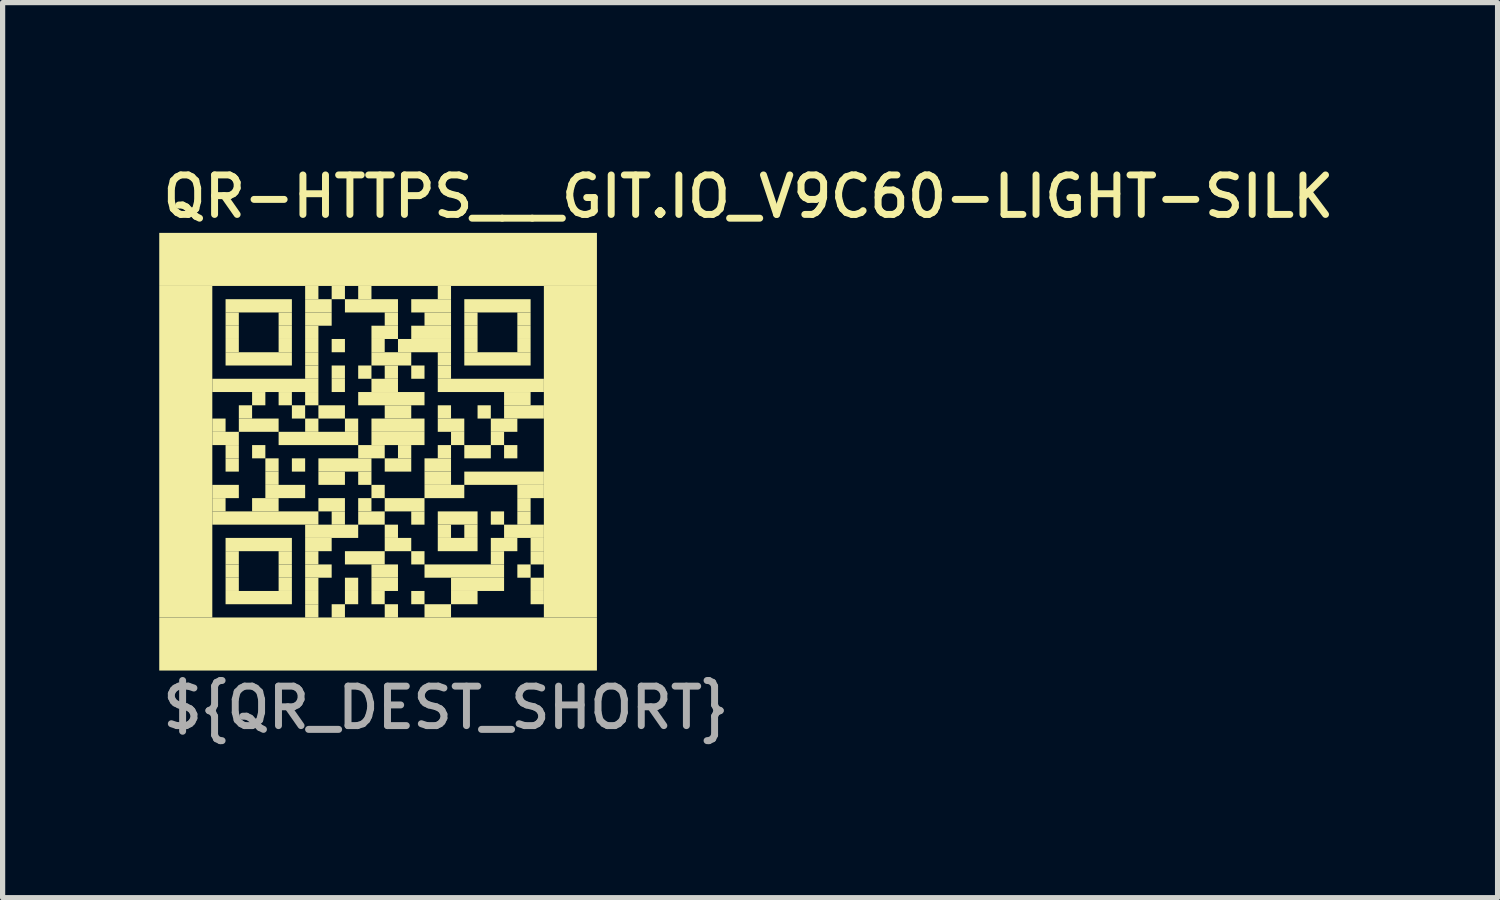
<source format=kicad_pcb>
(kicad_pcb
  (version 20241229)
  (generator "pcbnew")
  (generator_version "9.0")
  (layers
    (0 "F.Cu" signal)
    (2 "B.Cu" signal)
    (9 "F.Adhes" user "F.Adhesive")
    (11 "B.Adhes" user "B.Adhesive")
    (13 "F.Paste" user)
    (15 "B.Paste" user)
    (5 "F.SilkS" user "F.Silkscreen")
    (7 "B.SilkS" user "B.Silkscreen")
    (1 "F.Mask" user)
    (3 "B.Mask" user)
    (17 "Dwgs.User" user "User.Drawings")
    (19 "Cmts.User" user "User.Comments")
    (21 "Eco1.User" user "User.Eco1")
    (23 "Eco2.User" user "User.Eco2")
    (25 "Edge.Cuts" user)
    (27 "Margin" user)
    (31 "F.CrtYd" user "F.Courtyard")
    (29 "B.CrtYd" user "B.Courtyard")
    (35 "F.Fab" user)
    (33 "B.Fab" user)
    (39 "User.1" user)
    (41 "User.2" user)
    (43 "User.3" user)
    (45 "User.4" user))
  (footprint "QR-HTTPS___GIT.IO_V9C60-LIGHT-SILK"
    (layer "F.Cu")
    (at 4.191 5.601)
    (property "Reference" "QR-HTTPS___GIT.IO_V9C60-LIGHT-SILK" (at -4.191 -4.445 0) (unlocked yes) (layer "F.SilkS") (effects (font (size 0.756 0.756) (thickness 0.133)) (justify left bottom)))
    (fp_poly (pts (xy -4.191 -3.175) (xy 4.191 -3.175) (xy 4.191 -4.191) (xy -4.191 -4.191)) (stroke (width 0) (type default)) (fill yes) (layer "F.SilkS"))
    (fp_poly (pts (xy -4.191 3.175) (xy -3.175 3.175) (xy -3.175 -3.175) (xy -4.191 -3.175)) (stroke (width 0) (type default)) (fill yes) (layer "F.SilkS"))
    (fp_poly (pts (xy -4.191 4.191) (xy 4.191 4.191) (xy 4.191 3.175) (xy -4.191 3.175)) (stroke (width 0) (type default)) (fill yes) (layer "F.SilkS"))
    (fp_poly (pts (xy -3.175 -1.143) (xy -1.143 -1.143) (xy -1.143 -1.397) (xy -3.175 -1.397)) (stroke (width 0) (type default)) (fill yes) (layer "F.SilkS"))
    (fp_poly (pts (xy -3.175 -0.381) (xy -2.921 -0.381) (xy -2.921 -0.635) (xy -3.175 -0.635)) (stroke (width 0) (type default)) (fill yes) (layer "F.SilkS"))
    (fp_poly (pts (xy -3.175 -0.127) (xy -2.667 -0.127) (xy -2.667 -0.381) (xy -3.175 -0.381)) (stroke (width 0) (type default)) (fill yes) (layer "F.SilkS"))
    (fp_poly (pts (xy -3.175 0.889) (xy -2.667 0.889) (xy -2.667 0.635) (xy -3.175 0.635)) (stroke (width 0) (type default)) (fill yes) (layer "F.SilkS"))
    (fp_poly (pts (xy -3.175 1.143) (xy -2.921 1.143) (xy -2.921 0.889) (xy -3.175 0.889)) (stroke (width 0) (type default)) (fill yes) (layer "F.SilkS"))
    (fp_poly (pts (xy -3.175 1.397) (xy -1.143 1.397) (xy -1.143 1.143) (xy -3.175 1.143)) (stroke (width 0) (type default)) (fill yes) (layer "F.SilkS"))
    (fp_poly (pts (xy -2.921 -2.667) (xy -1.651 -2.667) (xy -1.651 -2.921) (xy -2.921 -2.921)) (stroke (width 0) (type default)) (fill yes) (layer "F.SilkS"))
    (fp_poly (pts (xy -2.921 -2.413) (xy -2.667 -2.413) (xy -2.667 -2.667) (xy -2.921 -2.667)) (stroke (width 0) (type default)) (fill yes) (layer "F.SilkS"))
    (fp_poly (pts (xy -2.921 -2.159) (xy -2.667 -2.159) (xy -2.667 -2.413) (xy -2.921 -2.413)) (stroke (width 0) (type default)) (fill yes) (layer "F.SilkS"))
    (fp_poly (pts (xy -2.921 -1.905) (xy -2.667 -1.905) (xy -2.667 -2.159) (xy -2.921 -2.159)) (stroke (width 0) (type default)) (fill yes) (layer "F.SilkS"))
    (fp_poly (pts (xy -2.921 -1.651) (xy -1.651 -1.651) (xy -1.651 -1.905) (xy -2.921 -1.905)) (stroke (width 0) (type default)) (fill yes) (layer "F.SilkS"))
    (fp_poly (pts (xy -2.921 0.127) (xy -2.667 0.127) (xy -2.667 -0.127) (xy -2.921 -0.127)) (stroke (width 0) (type default)) (fill yes) (layer "F.SilkS"))
    (fp_poly (pts (xy -2.921 0.381) (xy -2.667 0.381) (xy -2.667 0.127) (xy -2.921 0.127)) (stroke (width 0) (type default)) (fill yes) (layer "F.SilkS"))
    (fp_poly (pts (xy -2.921 1.905) (xy -1.651 1.905) (xy -1.651 1.651) (xy -2.921 1.651)) (stroke (width 0) (type default)) (fill yes) (layer "F.SilkS"))
    (fp_poly (pts (xy -2.921 2.159) (xy -2.667 2.159) (xy -2.667 1.905) (xy -2.921 1.905)) (stroke (width 0) (type default)) (fill yes) (layer "F.SilkS"))
    (fp_poly (pts (xy -2.921 2.413) (xy -2.667 2.413) (xy -2.667 2.159) (xy -2.921 2.159)) (stroke (width 0) (type default)) (fill yes) (layer "F.SilkS"))
    (fp_poly (pts (xy -2.921 2.667) (xy -2.667 2.667) (xy -2.667 2.413) (xy -2.921 2.413)) (stroke (width 0) (type default)) (fill yes) (layer "F.SilkS"))
    (fp_poly (pts (xy -2.921 2.921) (xy -1.651 2.921) (xy -1.651 2.667) (xy -2.921 2.667)) (stroke (width 0) (type default)) (fill yes) (layer "F.SilkS"))
    (fp_poly (pts (xy -2.667 -0.635) (xy -2.413 -0.635) (xy -2.413 -0.889) (xy -2.667 -0.889)) (stroke (width 0) (type default)) (fill yes) (layer "F.SilkS"))
    (fp_poly (pts (xy -2.667 -0.381) (xy -1.905 -0.381) (xy -1.905 -0.635) (xy -2.667 -0.635)) (stroke (width 0) (type default)) (fill yes) (layer "F.SilkS"))
    (fp_poly (pts (xy -2.413 -0.889) (xy -2.159 -0.889) (xy -2.159 -1.143) (xy -2.413 -1.143)) (stroke (width 0) (type default)) (fill yes) (layer "F.SilkS"))
    (fp_poly (pts (xy -2.413 0.127) (xy -2.159 0.127) (xy -2.159 -0.127) (xy -2.413 -0.127)) (stroke (width 0) (type default)) (fill yes) (layer "F.SilkS"))
    (fp_poly (pts (xy -2.413 1.143) (xy -1.905 1.143) (xy -1.905 0.889) (xy -2.413 0.889)) (stroke (width 0) (type default)) (fill yes) (layer "F.SilkS"))
    (fp_poly (pts (xy -2.159 0.381) (xy -1.905 0.381) (xy -1.905 0.127) (xy -2.159 0.127)) (stroke (width 0) (type default)) (fill yes) (layer "F.SilkS"))
    (fp_poly (pts (xy -2.159 0.635) (xy -1.905 0.635) (xy -1.905 0.381) (xy -2.159 0.381)) (stroke (width 0) (type default)) (fill yes) (layer "F.SilkS"))
    (fp_poly (pts (xy -2.159 0.889) (xy -1.397 0.889) (xy -1.397 0.635) (xy -2.159 0.635)) (stroke (width 0) (type default)) (fill yes) (layer "F.SilkS"))
    (fp_poly (pts (xy -1.905 -2.413) (xy -1.651 -2.413) (xy -1.651 -2.667) (xy -1.905 -2.667)) (stroke (width 0) (type default)) (fill yes) (layer "F.SilkS"))
    (fp_poly (pts (xy -1.905 -2.159) (xy -1.651 -2.159) (xy -1.651 -2.413) (xy -1.905 -2.413)) (stroke (width 0) (type default)) (fill yes) (layer "F.SilkS"))
    (fp_poly (pts (xy -1.905 -1.905) (xy -1.651 -1.905) (xy -1.651 -2.159) (xy -1.905 -2.159)) (stroke (width 0) (type default)) (fill yes) (layer "F.SilkS"))
    (fp_poly (pts (xy -1.905 -0.889) (xy -1.651 -0.889) (xy -1.651 -1.143) (xy -1.905 -1.143)) (stroke (width 0) (type default)) (fill yes) (layer "F.SilkS"))
    (fp_poly (pts (xy -1.905 -0.127) (xy -0.381 -0.127) (xy -0.381 -0.381) (xy -1.905 -0.381)) (stroke (width 0) (type default)) (fill yes) (layer "F.SilkS"))
    (fp_poly (pts (xy -1.905 2.159) (xy -1.651 2.159) (xy -1.651 1.905) (xy -1.905 1.905)) (stroke (width 0) (type default)) (fill yes) (layer "F.SilkS"))
    (fp_poly (pts (xy -1.905 2.413) (xy -1.651 2.413) (xy -1.651 2.159) (xy -1.905 2.159)) (stroke (width 0) (type default)) (fill yes) (layer "F.SilkS"))
    (fp_poly (pts (xy -1.905 2.667) (xy -1.651 2.667) (xy -1.651 2.413) (xy -1.905 2.413)) (stroke (width 0) (type default)) (fill yes) (layer "F.SilkS"))
    (fp_poly (pts (xy -1.651 -0.635) (xy -1.397 -0.635) (xy -1.397 -0.889) (xy -1.651 -0.889)) (stroke (width 0) (type default)) (fill yes) (layer "F.SilkS"))
    (fp_poly (pts (xy -1.651 0.381) (xy -1.397 0.381) (xy -1.397 0.127) (xy -1.651 0.127)) (stroke (width 0) (type default)) (fill yes) (layer "F.SilkS"))
    (fp_poly (pts (xy -1.397 -2.921) (xy -1.143 -2.921) (xy -1.143 -3.175) (xy -1.397 -3.175)) (stroke (width 0) (type default)) (fill yes) (layer "F.SilkS"))
    (fp_poly (pts (xy -1.397 -2.667) (xy -0.889 -2.667) (xy -0.889 -2.921) (xy -1.397 -2.921)) (stroke (width 0) (type default)) (fill yes) (layer "F.SilkS"))
    (fp_poly (pts (xy -1.397 -2.413) (xy -0.889 -2.413) (xy -0.889 -2.667) (xy -1.397 -2.667)) (stroke (width 0) (type default)) (fill yes) (layer "F.SilkS"))
    (fp_poly (pts (xy -1.397 -2.159) (xy -1.143 -2.159) (xy -1.143 -2.413) (xy -1.397 -2.413)) (stroke (width 0) (type default)) (fill yes) (layer "F.SilkS"))
    (fp_poly (pts (xy -1.397 -1.905) (xy -1.143 -1.905) (xy -1.143 -2.159) (xy -1.397 -2.159)) (stroke (width 0) (type default)) (fill yes) (layer "F.SilkS"))
    (fp_poly (pts (xy -1.397 -1.651) (xy -1.143 -1.651) (xy -1.143 -1.905) (xy -1.397 -1.905)) (stroke (width 0) (type default)) (fill yes) (layer "F.SilkS"))
    (fp_poly (pts (xy -1.397 -1.397) (xy -1.143 -1.397) (xy -1.143 -1.651) (xy -1.397 -1.651)) (stroke (width 0) (type default)) (fill yes) (layer "F.SilkS"))
    (fp_poly (pts (xy -1.397 -0.889) (xy -1.143 -0.889) (xy -1.143 -1.143) (xy -1.397 -1.143)) (stroke (width 0) (type default)) (fill yes) (layer "F.SilkS"))
    (fp_poly (pts (xy -1.397 -0.381) (xy -1.143 -0.381) (xy -1.143 -0.635) (xy -1.397 -0.635)) (stroke (width 0) (type default)) (fill yes) (layer "F.SilkS"))
    (fp_poly (pts (xy -1.397 1.651) (xy -0.381 1.651) (xy -0.381 1.397) (xy -1.397 1.397)) (stroke (width 0) (type default)) (fill yes) (layer "F.SilkS"))
    (fp_poly (pts (xy -1.397 1.905) (xy -0.889 1.905) (xy -0.889 1.651) (xy -1.397 1.651)) (stroke (width 0) (type default)) (fill yes) (layer "F.SilkS"))
    (fp_poly (pts (xy -1.397 2.159) (xy -1.143 2.159) (xy -1.143 1.905) (xy -1.397 1.905)) (stroke (width 0) (type default)) (fill yes) (layer "F.SilkS"))
    (fp_poly (pts (xy -1.397 2.413) (xy -0.889 2.413) (xy -0.889 2.159) (xy -1.397 2.159)) (stroke (width 0) (type default)) (fill yes) (layer "F.SilkS"))
    (fp_poly (pts (xy -1.397 2.667) (xy -1.143 2.667) (xy -1.143 2.413) (xy -1.397 2.413)) (stroke (width 0) (type default)) (fill yes) (layer "F.SilkS"))
    (fp_poly (pts (xy -1.397 2.921) (xy -1.143 2.921) (xy -1.143 2.667) (xy -1.397 2.667)) (stroke (width 0) (type default)) (fill yes) (layer "F.SilkS"))
    (fp_poly (pts (xy -1.397 3.175) (xy -1.143 3.175) (xy -1.143 2.921) (xy -1.397 2.921)) (stroke (width 0) (type default)) (fill yes) (layer "F.SilkS"))
    (fp_poly (pts (xy -1.143 -0.635) (xy -0.635 -0.635) (xy -0.635 -0.889) (xy -1.143 -0.889)) (stroke (width 0) (type default)) (fill yes) (layer "F.SilkS"))
    (fp_poly (pts (xy -1.143 0.381) (xy -0.127 0.381) (xy -0.127 0.127) (xy -1.143 0.127)) (stroke (width 0) (type default)) (fill yes) (layer "F.SilkS"))
    (fp_poly (pts (xy -1.143 0.635) (xy -0.635 0.635) (xy -0.635 0.381) (xy -1.143 0.381)) (stroke (width 0) (type default)) (fill yes) (layer "F.SilkS"))
    (fp_poly (pts (xy -1.143 1.143) (xy -0.635 1.143) (xy -0.635 0.889) (xy -1.143 0.889)) (stroke (width 0) (type default)) (fill yes) (layer "F.SilkS"))
    (fp_poly (pts (xy -0.889 -2.921) (xy -0.635 -2.921) (xy -0.635 -3.175) (xy -0.889 -3.175)) (stroke (width 0) (type default)) (fill yes) (layer "F.SilkS"))
    (fp_poly (pts (xy -0.889 -1.905) (xy -0.635 -1.905) (xy -0.635 -2.159) (xy -0.889 -2.159)) (stroke (width 0) (type default)) (fill yes) (layer "F.SilkS"))
    (fp_poly (pts (xy -0.889 -1.397) (xy -0.635 -1.397) (xy -0.635 -1.651) (xy -0.889 -1.651)) (stroke (width 0) (type default)) (fill yes) (layer "F.SilkS"))
    (fp_poly (pts (xy -0.889 -1.143) (xy -0.635 -1.143) (xy -0.635 -1.397) (xy -0.889 -1.397)) (stroke (width 0) (type default)) (fill yes) (layer "F.SilkS"))
    (fp_poly (pts (xy -0.889 1.397) (xy -0.635 1.397) (xy -0.635 1.143) (xy -0.889 1.143)) (stroke (width 0) (type default)) (fill yes) (layer "F.SilkS"))
    (fp_poly (pts (xy -0.889 3.175) (xy -0.635 3.175) (xy -0.635 2.921) (xy -0.889 2.921)) (stroke (width 0) (type default)) (fill yes) (layer "F.SilkS"))
    (fp_poly (pts (xy -0.635 -2.667) (xy 0.381 -2.667) (xy 0.381 -2.921) (xy -0.635 -2.921)) (stroke (width 0) (type default)) (fill yes) (layer "F.SilkS"))
    (fp_poly (pts (xy -0.635 -0.381) (xy -0.381 -0.381) (xy -0.381 -0.635) (xy -0.635 -0.635)) (stroke (width 0) (type default)) (fill yes) (layer "F.SilkS"))
    (fp_poly (pts (xy -0.635 2.159) (xy 0.127 2.159) (xy 0.127 1.905) (xy -0.635 1.905)) (stroke (width 0) (type default)) (fill yes) (layer "F.SilkS"))
    (fp_poly (pts (xy -0.635 2.667) (xy -0.381 2.667) (xy -0.381 2.413) (xy -0.635 2.413)) (stroke (width 0) (type default)) (fill yes) (layer "F.SilkS"))
    (fp_poly (pts (xy -0.635 2.921) (xy -0.381 2.921) (xy -0.381 2.667) (xy -0.635 2.667)) (stroke (width 0) (type default)) (fill yes) (layer "F.SilkS"))
    (fp_poly (pts (xy -0.381 -2.921) (xy -0.127 -2.921) (xy -0.127 -3.175) (xy -0.381 -3.175)) (stroke (width 0) (type default)) (fill yes) (layer "F.SilkS"))
    (fp_poly (pts (xy -0.381 -1.397) (xy -0.127 -1.397) (xy -0.127 -1.651) (xy -0.381 -1.651)) (stroke (width 0) (type default)) (fill yes) (layer "F.SilkS"))
    (fp_poly (pts (xy -0.381 -0.889) (xy 0.889 -0.889) (xy 0.889 -1.143) (xy -0.381 -1.143)) (stroke (width 0) (type default)) (fill yes) (layer "F.SilkS"))
    (fp_poly (pts (xy -0.381 0.127) (xy 0.127 0.127) (xy 0.127 -0.127) (xy -0.381 -0.127)) (stroke (width 0) (type default)) (fill yes) (layer "F.SilkS"))
    (fp_poly (pts (xy -0.381 0.635) (xy -0.127 0.635) (xy -0.127 0.381) (xy -0.381 0.381)) (stroke (width 0) (type default)) (fill yes) (layer "F.SilkS"))
    (fp_poly (pts (xy -0.381 1.143) (xy -0.127 1.143) (xy -0.127 0.889) (xy -0.381 0.889)) (stroke (width 0) (type default)) (fill yes) (layer "F.SilkS"))
    (fp_poly (pts (xy -0.381 1.397) (xy 0.127 1.397) (xy 0.127 1.143) (xy -0.381 1.143)) (stroke (width 0) (type default)) (fill yes) (layer "F.SilkS"))
    (fp_poly (pts (xy -0.127 -2.159) (xy 0.381 -2.159) (xy 0.381 -2.413) (xy -0.127 -2.413)) (stroke (width 0) (type default)) (fill yes) (layer "F.SilkS"))
    (fp_poly (pts (xy -0.127 -1.905) (xy 0.127 -1.905) (xy 0.127 -2.159) (xy -0.127 -2.159)) (stroke (width 0) (type default)) (fill yes) (layer "F.SilkS"))
    (fp_poly (pts (xy -0.127 -1.651) (xy 0.635 -1.651) (xy 0.635 -1.905) (xy -0.127 -1.905)) (stroke (width 0) (type default)) (fill yes) (layer "F.SilkS"))
    (fp_poly (pts (xy -0.127 -1.143) (xy 0.381 -1.143) (xy 0.381 -1.397) (xy -0.127 -1.397)) (stroke (width 0) (type default)) (fill yes) (layer "F.SilkS"))
    (fp_poly (pts (xy -0.127 -0.381) (xy 0.889 -0.381) (xy 0.889 -0.635) (xy -0.127 -0.635)) (stroke (width 0) (type default)) (fill yes) (layer "F.SilkS"))
    (fp_poly (pts (xy -0.127 -0.127) (xy 0.889 -0.127) (xy 0.889 -0.381) (xy -0.127 -0.381)) (stroke (width 0) (type default)) (fill yes) (layer "F.SilkS"))
    (fp_poly (pts (xy -0.127 0.889) (xy 0.127 0.889) (xy 0.127 0.635) (xy -0.127 0.635)) (stroke (width 0) (type default)) (fill yes) (layer "F.SilkS"))
    (fp_poly (pts (xy -0.127 2.413) (xy 0.381 2.413) (xy 0.381 2.159) (xy -0.127 2.159)) (stroke (width 0) (type default)) (fill yes) (layer "F.SilkS"))
    (fp_poly (pts (xy -0.127 2.667) (xy 0.381 2.667) (xy 0.381 2.413) (xy -0.127 2.413)) (stroke (width 0) (type default)) (fill yes) (layer "F.SilkS"))
    (fp_poly (pts (xy -0.127 2.921) (xy 0.127 2.921) (xy 0.127 2.667) (xy -0.127 2.667)) (stroke (width 0) (type default)) (fill yes) (layer "F.SilkS"))
    (fp_poly (pts (xy 0.127 -2.413) (xy 0.381 -2.413) (xy 0.381 -2.667) (xy 0.127 -2.667)) (stroke (width 0) (type default)) (fill yes) (layer "F.SilkS"))
    (fp_poly (pts (xy 0.127 -1.397) (xy 0.381 -1.397) (xy 0.381 -1.651) (xy 0.127 -1.651)) (stroke (width 0) (type default)) (fill yes) (layer "F.SilkS"))
    (fp_poly (pts (xy 0.127 -0.635) (xy 0.635 -0.635) (xy 0.635 -0.889) (xy 0.127 -0.889)) (stroke (width 0) (type default)) (fill yes) (layer "F.SilkS"))
    (fp_poly (pts (xy 0.127 0.381) (xy 0.635 0.381) (xy 0.635 0.127) (xy 0.127 0.127)) (stroke (width 0) (type default)) (fill yes) (layer "F.SilkS"))
    (fp_poly (pts (xy 0.127 1.143) (xy 0.889 1.143) (xy 0.889 0.889) (xy 0.127 0.889)) (stroke (width 0) (type default)) (fill yes) (layer "F.SilkS"))
    (fp_poly (pts (xy 0.127 1.651) (xy 0.381 1.651) (xy 0.381 1.397) (xy 0.127 1.397)) (stroke (width 0) (type default)) (fill yes) (layer "F.SilkS"))
    (fp_poly (pts (xy 0.127 1.905) (xy 0.635 1.905) (xy 0.635 1.651) (xy 0.127 1.651)) (stroke (width 0) (type default)) (fill yes) (layer "F.SilkS"))
    (fp_poly (pts (xy 0.127 3.175) (xy 0.381 3.175) (xy 0.381 2.921) (xy 0.127 2.921)) (stroke (width 0) (type default)) (fill yes) (layer "F.SilkS"))
    (fp_poly (pts (xy 0.381 -1.905) (xy 1.397 -1.905) (xy 1.397 -2.159) (xy 0.381 -2.159)) (stroke (width 0) (type default)) (fill yes) (layer "F.SilkS"))
    (fp_poly (pts (xy 0.381 0.127) (xy 0.635 0.127) (xy 0.635 -0.127) (xy 0.381 -0.127)) (stroke (width 0) (type default)) (fill yes) (layer "F.SilkS"))
    (fp_poly (pts (xy 0.635 -2.667) (xy 1.397 -2.667) (xy 1.397 -2.921) (xy 0.635 -2.921)) (stroke (width 0) (type default)) (fill yes) (layer "F.SilkS"))
    (fp_poly (pts (xy 0.635 -2.159) (xy 1.397 -2.159) (xy 1.397 -2.413) (xy 0.635 -2.413)) (stroke (width 0) (type default)) (fill yes) (layer "F.SilkS"))
    (fp_poly (pts (xy 0.635 -1.397) (xy 0.889 -1.397) (xy 0.889 -1.651) (xy 0.635 -1.651)) (stroke (width 0) (type default)) (fill yes) (layer "F.SilkS"))
    (fp_poly (pts (xy 0.635 1.397) (xy 0.889 1.397) (xy 0.889 1.143) (xy 0.635 1.143)) (stroke (width 0) (type default)) (fill yes) (layer "F.SilkS"))
    (fp_poly (pts (xy 0.635 2.159) (xy 0.889 2.159) (xy 0.889 1.905) (xy 0.635 1.905)) (stroke (width 0) (type default)) (fill yes) (layer "F.SilkS"))
    (fp_poly (pts (xy 0.635 2.921) (xy 0.889 2.921) (xy 0.889 2.667) (xy 0.635 2.667)) (stroke (width 0) (type default)) (fill yes) (layer "F.SilkS"))
    (fp_poly (pts (xy 0.889 -2.413) (xy 1.397 -2.413) (xy 1.397 -2.667) (xy 0.889 -2.667)) (stroke (width 0) (type default)) (fill yes) (layer "F.SilkS"))
    (fp_poly (pts (xy 0.889 0.381) (xy 1.397 0.381) (xy 1.397 0.127) (xy 0.889 0.127)) (stroke (width 0) (type default)) (fill yes) (layer "F.SilkS"))
    (fp_poly (pts (xy 0.889 0.635) (xy 1.397 0.635) (xy 1.397 0.381) (xy 0.889 0.381)) (stroke (width 0) (type default)) (fill yes) (layer "F.SilkS"))
    (fp_poly (pts (xy 0.889 0.889) (xy 1.651 0.889) (xy 1.651 0.635) (xy 0.889 0.635)) (stroke (width 0) (type default)) (fill yes) (layer "F.SilkS"))
    (fp_poly (pts (xy 0.889 2.413) (xy 2.413 2.413) (xy 2.413 2.159) (xy 0.889 2.159)) (stroke (width 0) (type default)) (fill yes) (layer "F.SilkS"))
    (fp_poly (pts (xy 0.889 3.175) (xy 1.397 3.175) (xy 1.397 2.921) (xy 0.889 2.921)) (stroke (width 0) (type default)) (fill yes) (layer "F.SilkS"))
    (fp_poly (pts (xy 1.143 -2.921) (xy 1.397 -2.921) (xy 1.397 -3.175) (xy 1.143 -3.175)) (stroke (width 0) (type default)) (fill yes) (layer "F.SilkS"))
    (fp_poly (pts (xy 1.143 -1.651) (xy 1.397 -1.651) (xy 1.397 -1.905) (xy 1.143 -1.905)) (stroke (width 0) (type default)) (fill yes) (layer "F.SilkS"))
    (fp_poly (pts (xy 1.143 -1.397) (xy 1.397 -1.397) (xy 1.397 -1.651) (xy 1.143 -1.651)) (stroke (width 0) (type default)) (fill yes) (layer "F.SilkS"))
    (fp_poly (pts (xy 1.143 -1.143) (xy 3.175 -1.143) (xy 3.175 -1.397) (xy 1.143 -1.397)) (stroke (width 0) (type default)) (fill yes) (layer "F.SilkS"))
    (fp_poly (pts (xy 1.143 -0.635) (xy 1.397 -0.635) (xy 1.397 -0.889) (xy 1.143 -0.889)) (stroke (width 0) (type default)) (fill yes) (layer "F.SilkS"))
    (fp_poly (pts (xy 1.143 -0.381) (xy 1.651 -0.381) (xy 1.651 -0.635) (xy 1.143 -0.635)) (stroke (width 0) (type default)) (fill yes) (layer "F.SilkS"))
    (fp_poly (pts (xy 1.143 0.127) (xy 1.397 0.127) (xy 1.397 -0.127) (xy 1.143 -0.127)) (stroke (width 0) (type default)) (fill yes) (layer "F.SilkS"))
    (fp_poly (pts (xy 1.143 1.397) (xy 1.905 1.397) (xy 1.905 1.143) (xy 1.143 1.143)) (stroke (width 0) (type default)) (fill yes) (layer "F.SilkS"))
    (fp_poly (pts (xy 1.143 1.651) (xy 1.397 1.651) (xy 1.397 1.397) (xy 1.143 1.397)) (stroke (width 0) (type default)) (fill yes) (layer "F.SilkS"))
    (fp_poly (pts (xy 1.143 1.905) (xy 1.905 1.905) (xy 1.905 1.651) (xy 1.143 1.651)) (stroke (width 0) (type default)) (fill yes) (layer "F.SilkS"))
    (fp_poly (pts (xy 1.397 -0.127) (xy 1.651 -0.127) (xy 1.651 -0.381) (xy 1.397 -0.381)) (stroke (width 0) (type default)) (fill yes) (layer "F.SilkS"))
    (fp_poly (pts (xy 1.397 2.667) (xy 2.413 2.667) (xy 2.413 2.413) (xy 1.397 2.413)) (stroke (width 0) (type default)) (fill yes) (layer "F.SilkS"))
    (fp_poly (pts (xy 1.397 2.921) (xy 1.905 2.921) (xy 1.905 2.667) (xy 1.397 2.667)) (stroke (width 0) (type default)) (fill yes) (layer "F.SilkS"))
    (fp_poly (pts (xy 1.651 -2.667) (xy 2.921 -2.667) (xy 2.921 -2.921) (xy 1.651 -2.921)) (stroke (width 0) (type default)) (fill yes) (layer "F.SilkS"))
    (fp_poly (pts (xy 1.651 -2.413) (xy 1.905 -2.413) (xy 1.905 -2.667) (xy 1.651 -2.667)) (stroke (width 0) (type default)) (fill yes) (layer "F.SilkS"))
    (fp_poly (pts (xy 1.651 -2.159) (xy 1.905 -2.159) (xy 1.905 -2.413) (xy 1.651 -2.413)) (stroke (width 0) (type default)) (fill yes) (layer "F.SilkS"))
    (fp_poly (pts (xy 1.651 -1.905) (xy 1.905 -1.905) (xy 1.905 -2.159) (xy 1.651 -2.159)) (stroke (width 0) (type default)) (fill yes) (layer "F.SilkS"))
    (fp_poly (pts (xy 1.651 -1.651) (xy 2.921 -1.651) (xy 2.921 -1.905) (xy 1.651 -1.905)) (stroke (width 0) (type default)) (fill yes) (layer "F.SilkS"))
    (fp_poly (pts (xy 1.651 0.127) (xy 2.159 0.127) (xy 2.159 -0.127) (xy 1.651 -0.127)) (stroke (width 0) (type default)) (fill yes) (layer "F.SilkS"))
    (fp_poly (pts (xy 1.651 0.635) (xy 3.175 0.635) (xy 3.175 0.381) (xy 1.651 0.381)) (stroke (width 0) (type default)) (fill yes) (layer "F.SilkS"))
    (fp_poly (pts (xy 1.651 1.651) (xy 1.905 1.651) (xy 1.905 1.397) (xy 1.651 1.397)) (stroke (width 0) (type default)) (fill yes) (layer "F.SilkS"))
    (fp_poly (pts (xy 1.905 -0.635) (xy 2.159 -0.635) (xy 2.159 -0.889) (xy 1.905 -0.889)) (stroke (width 0) (type default)) (fill yes) (layer "F.SilkS"))
    (fp_poly (pts (xy 2.159 -0.381) (xy 2.667 -0.381) (xy 2.667 -0.635) (xy 2.159 -0.635)) (stroke (width 0) (type default)) (fill yes) (layer "F.SilkS"))
    (fp_poly (pts (xy 2.159 -0.127) (xy 2.413 -0.127) (xy 2.413 -0.381) (xy 2.159 -0.381)) (stroke (width 0) (type default)) (fill yes) (layer "F.SilkS"))
    (fp_poly (pts (xy 2.159 1.397) (xy 2.413 1.397) (xy 2.413 1.143) (xy 2.159 1.143)) (stroke (width 0) (type default)) (fill yes) (layer "F.SilkS"))
    (fp_poly (pts (xy 2.159 1.905) (xy 2.667 1.905) (xy 2.667 1.651) (xy 2.159 1.651)) (stroke (width 0) (type default)) (fill yes) (layer "F.SilkS"))
    (fp_poly (pts (xy 2.159 2.159) (xy 2.413 2.159) (xy 2.413 1.905) (xy 2.159 1.905)) (stroke (width 0) (type default)) (fill yes) (layer "F.SilkS"))
    (fp_poly (pts (xy 2.413 -0.889) (xy 2.921 -0.889) (xy 2.921 -1.143) (xy 2.413 -1.143)) (stroke (width 0) (type default)) (fill yes) (layer "F.SilkS"))
    (fp_poly (pts (xy 2.413 -0.635) (xy 3.175 -0.635) (xy 3.175 -0.889) (xy 2.413 -0.889)) (stroke (width 0) (type default)) (fill yes) (layer "F.SilkS"))
    (fp_poly (pts (xy 2.413 0.127) (xy 2.667 0.127) (xy 2.667 -0.127) (xy 2.413 -0.127)) (stroke (width 0) (type default)) (fill yes) (layer "F.SilkS"))
    (fp_poly (pts (xy 2.413 1.651) (xy 3.175 1.651) (xy 3.175 1.397) (xy 2.413 1.397)) (stroke (width 0) (type default)) (fill yes) (layer "F.SilkS"))
    (fp_poly (pts (xy 2.667 -2.413) (xy 2.921 -2.413) (xy 2.921 -2.667) (xy 2.667 -2.667)) (stroke (width 0) (type default)) (fill yes) (layer "F.SilkS"))
    (fp_poly (pts (xy 2.667 -2.159) (xy 2.921 -2.159) (xy 2.921 -2.413) (xy 2.667 -2.413)) (stroke (width 0) (type default)) (fill yes) (layer "F.SilkS"))
    (fp_poly (pts (xy 2.667 -1.905) (xy 2.921 -1.905) (xy 2.921 -2.159) (xy 2.667 -2.159)) (stroke (width 0) (type default)) (fill yes) (layer "F.SilkS"))
    (fp_poly (pts (xy 2.667 0.889) (xy 3.175 0.889) (xy 3.175 0.635) (xy 2.667 0.635)) (stroke (width 0) (type default)) (fill yes) (layer "F.SilkS"))
    (fp_poly (pts (xy 2.667 1.143) (xy 2.921 1.143) (xy 2.921 0.889) (xy 2.667 0.889)) (stroke (width 0) (type default)) (fill yes) (layer "F.SilkS"))
    (fp_poly (pts (xy 2.667 1.397) (xy 2.921 1.397) (xy 2.921 1.143) (xy 2.667 1.143)) (stroke (width 0) (type default)) (fill yes) (layer "F.SilkS"))
    (fp_poly (pts (xy 2.667 2.413) (xy 2.921 2.413) (xy 2.921 2.159) (xy 2.667 2.159)) (stroke (width 0) (type default)) (fill yes) (layer "F.SilkS"))
    (fp_poly (pts (xy 2.921 1.905) (xy 3.175 1.905) (xy 3.175 1.651) (xy 2.921 1.651)) (stroke (width 0) (type default)) (fill yes) (layer "F.SilkS"))
    (fp_poly (pts (xy 2.921 2.159) (xy 3.175 2.159) (xy 3.175 1.905) (xy 2.921 1.905)) (stroke (width 0) (type default)) (fill yes) (layer "F.SilkS"))
    (fp_poly (pts (xy 2.921 2.667) (xy 3.175 2.667) (xy 3.175 2.413) (xy 2.921 2.413)) (stroke (width 0) (type default)) (fill yes) (layer "F.SilkS"))
    (fp_poly (pts (xy 2.921 2.921) (xy 3.175 2.921) (xy 3.175 2.667) (xy 2.921 2.667)) (stroke (width 0) (type default)) (fill yes) (layer "F.SilkS"))
    (fp_poly (pts (xy 3.175 3.175) (xy 4.191 3.175) (xy 4.191 -3.175) (xy 3.175 -3.175)) (stroke (width 0) (type default)) (fill yes) (layer "F.SilkS"))
    (fp_text user "${QR_DEST_SHORT}" (at -4.191 5.345 0) (unlocked yes) (layer "F.Fab") (effects (font (size 0.756 0.756) (thickness 0.133)) (justify left bottom))))
  (gr_rect
    (start -3 -3)
    (end 25.631 14.142)
    (stroke (width 0.1) (type default))
    (fill no)
    (layer "Edge.Cuts")))
</source>
